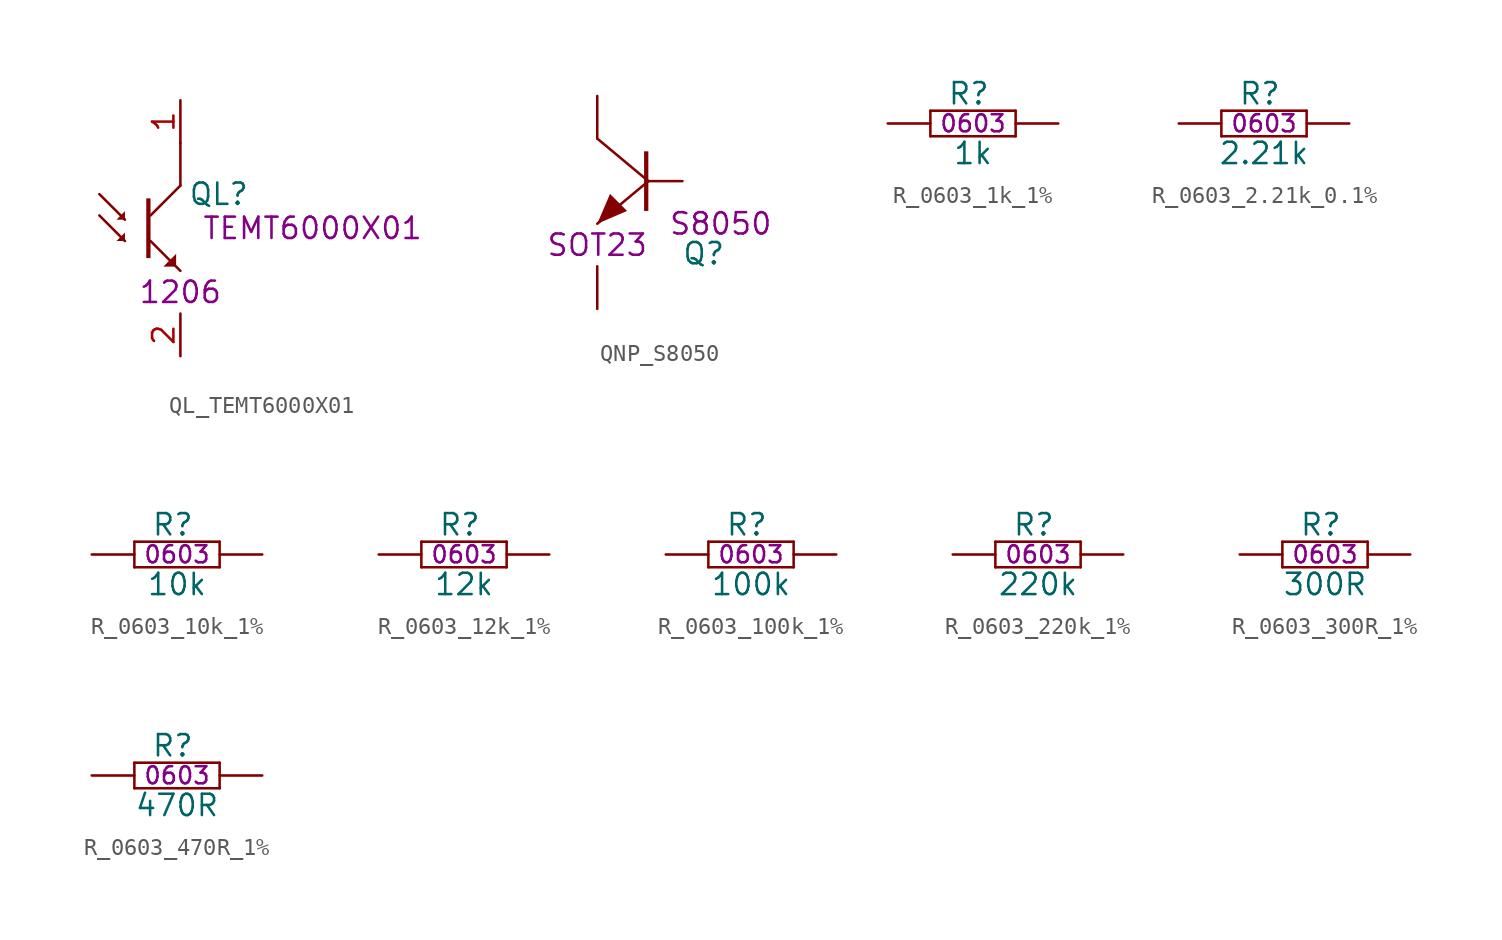
<source format=kicad_sym>
(kicad_symbol_lib
  (version 20241209)
  (generator "kicad_symbol_editor")
  (generator_version "9.0")
  (symbol "QL_TEMT6000X01"
    (pin_names
      (hide yes))
    (property "Reference" "QL"
      (at 2.286 -5.588 0)
      (effects (font (size 1.27 1.27))))
    (property "Value" ""
      (at 0 0 0)
      (effects (font (size 1.27 1.27))))
    (property "Manufacturer Part Number" "TEMT6000X01"
      (at 7.874 -7.62 0)
      (effects (font (size 1.27 1.27))))
    (property "SCH_FOOTPRINT" "1206"
      (at 0 -11.43 0)
      (effects (font (size 1.27 1.27))))
    (symbol "QL_TEMT6000X01_1_0"
      (polyline (pts (xy -3.302 -6.604) (xy -3.302 -7.112) (xy -3.81 -7.112) (xy -3.302 -6.604)) (stroke (width -0.0001) (type solid)) (fill (type outline)))
      (polyline (pts (xy -3.302 -7.112) (xy -4.826 -5.588)) (stroke (width 0) (type solid)) (fill (type none)))
      (polyline (pts (xy -3.302 -7.874) (xy -3.302 -8.382) (xy -3.81 -8.382) (xy -3.302 -7.874)) (stroke (width -0.0001) (type solid)) (fill (type outline)))
      (polyline (pts (xy -3.302 -8.382) (xy -4.826 -6.858)) (stroke (width 0) (type solid)) (fill (type none)))
      (polyline (pts (xy -1.778 -5.842) (xy -2.032 -5.842) (xy -2.032 -9.398) (xy -1.778 -9.398) (xy -1.778 -5.842)) (stroke (width -0.0001) (type solid)) (fill (type outline)))
      (polyline (pts (xy -1.778 -6.858) (xy 0 -5.08)) (stroke (width 0) (type solid)) (fill (type none)))
      (polyline (pts (xy -1.778 -8.382) (xy 0 -10.16)) (stroke (width 0) (type solid)) (fill (type none)))
      (polyline (pts (xy -0.254 -9.144) (xy -0.254 -9.906) (xy -1.016 -9.906) (xy -0.254 -9.144)) (stroke (width -0.0001) (type solid)) (fill (type outline)))
      (polyline (pts (xy 0 -2.54) (xy 0 -5.08)) (stroke (width 0) (type solid)) (fill (type none)))
      (pin passive line (at 0 0 270) (length 2.54) (name "" (effects (font (size 1.27 1.27)))) (number "1" (effects (font (size 1.27 1.27)))))
      (pin passive line (at 0 -15.24 90) (length 2.54) (name "" (effects (font (size 1.27 1.27)))) (number "2" (effects (font (size 1.27 1.27)))))))
  (symbol "QNP_S8050"
    (pin_numbers
      (hide yes))
    (pin_names
      (hide yes))
    (property "Reference" "Q"
      (at 1.27 -4.318 0)
      (effects (font (size 1.27 1.27))))
    (property "Value" ""
      (at 0 0 0)
      (effects (font (size 1.27 1.27))))
    (property "Manufacturer Part Number" "S8050"
      (at 2.286 -2.54 0)
      (effects (font (size 1.27 1.27))))
    (property "SCH_FOOTPRINT" "SOT23"
      (at -5.08 -3.81 0)
      (effects (font (size 1.27 1.27))))
    (symbol "QNP_S8050_1_0"
      (polyline (pts (xy -5.08 2.54) (xy -2.032 0)) (stroke (width 0) (type solid)) (fill (type none)))
      (polyline (pts (xy -4.318 -0.762) (xy -3.302 -1.778) (xy -5.08 -2.54) (xy -4.318 -0.762)) (stroke (width -0.0001) (type solid)) (fill (type outline)))
      (polyline (pts (xy -2.032 0) (xy -5.08 -2.54)) (stroke (width 0) (type solid)) (fill (type none)))
      (polyline (pts (xy -2.032 -1.778) (xy -2.286 -1.778) (xy -2.286 1.778) (xy -2.032 1.778) (xy -2.032 -1.778)) (stroke (width -0.0001) (type solid)) (fill (type outline)))
      (pin passive line (at -5.08 5.08 270) (length 2.54) (name "C" (effects (font (size 1.27 1.27)))) (number "C" (effects (font (size 1.27 1.27)))))
      (pin passive line (at -5.08 -7.62 90) (length 2.54) (name "E" (effects (font (size 1.27 1.27)))) (number "E" (effects (font (size 1.27 1.27)))))
      (pin passive line (at 0 0 180) (length 2.032) (name "B" (effects (font (size 1.27 1.27)))) (number "B" (effects (font (size 1.27 1.27)))))))
  (symbol "R_0603_1k_1%"
    (pin_numbers
      (hide yes))
    (pin_names
      (hide yes))
    (property "Reference" "R"
      (at 4.826 1.778 0)
      (effects (font (size 1.27 1.27))))
    (property "Value" "1k"
      (at 5.08 -1.778 0)
      (effects (font (size 1.27 1.27))))
    (property "SCH_FOOTPRINT" "0603"
      (at 5.08 0 0)
      (effects (font (size 1.016 1.016))))
    (symbol "R_0603_1k_1%_1_0"
      (polyline (pts (xy 2.54 0.762) (xy 2.54 -0.762)) (stroke (width 0) (type solid)) (fill (type none)))
      (polyline (pts (xy 2.54 0.762) (xy 7.62 0.762)) (stroke (width 0) (type solid)) (fill (type none)))
      (polyline (pts (xy 2.54 -0.762) (xy 7.62 -0.762)) (stroke (width 0) (type solid)) (fill (type none)))
      (polyline (pts (xy 7.62 0.762) (xy 7.62 -0.762)) (stroke (width 0) (type solid)) (fill (type none)))
      (pin passive line (at 0 0 0) (length 2.54) (name "1" (effects (font (size 1.27 1.27)))) (number "1" (effects (font (size 1.27 1.27)))))
      (pin passive line (at 10.16 0 180) (length 2.54) (name "2" (effects (font (size 1.27 1.27)))) (number "2" (effects (font (size 1.27 1.27)))))))
  (symbol "R_0603_2.21k_0.1%"
    (pin_numbers
      (hide yes))
    (pin_names
      (hide yes))
    (property "Reference" "R"
      (at 4.826 1.778 0)
      (effects (font (size 1.27 1.27))))
    (property "Value" "2.21k"
      (at 5.08 -1.778 0)
      (effects (font (size 1.27 1.27))))
    (property "SCH_FOOTPRINT" "0603"
      (at 5.08 0 0)
      (effects (font (size 1.016 1.016))))
    (symbol "R_0603_2.21k_0.1%_1_0"
      (polyline (pts (xy 2.54 0.762) (xy 2.54 -0.762)) (stroke (width 0) (type solid)) (fill (type none)))
      (polyline (pts (xy 2.54 0.762) (xy 7.62 0.762)) (stroke (width 0) (type solid)) (fill (type none)))
      (polyline (pts (xy 2.54 -0.762) (xy 7.62 -0.762)) (stroke (width 0) (type solid)) (fill (type none)))
      (polyline (pts (xy 7.62 0.762) (xy 7.62 -0.762)) (stroke (width 0) (type solid)) (fill (type none)))
      (pin passive line (at 0 0 0) (length 2.54) (name "1" (effects (font (size 1.27 1.27)))) (number "1" (effects (font (size 1.27 1.27)))))
      (pin passive line (at 10.16 0 180) (length 2.54) (name "2" (effects (font (size 1.27 1.27)))) (number "2" (effects (font (size 1.27 1.27)))))))
  (symbol "R_0603_10k_1%"
    (pin_numbers
      (hide yes))
    (pin_names
      (hide yes))
    (property "Reference" "R"
      (at 4.826 1.778 0)
      (effects (font (size 1.27 1.27))))
    (property "Value" "10k"
      (at 5.08 -1.778 0)
      (effects (font (size 1.27 1.27))))
    (property "SCH_FOOTPRINT" "0603"
      (at 5.08 0 0)
      (effects (font (size 1.016 1.016))))
    (symbol "R_0603_10k_1%_1_0"
      (polyline (pts (xy 2.54 0.762) (xy 2.54 -0.762)) (stroke (width 0) (type solid)) (fill (type none)))
      (polyline (pts (xy 2.54 0.762) (xy 7.62 0.762)) (stroke (width 0) (type solid)) (fill (type none)))
      (polyline (pts (xy 2.54 -0.762) (xy 7.62 -0.762)) (stroke (width 0) (type solid)) (fill (type none)))
      (polyline (pts (xy 7.62 0.762) (xy 7.62 -0.762)) (stroke (width 0) (type solid)) (fill (type none)))
      (pin passive line (at 0 0 0) (length 2.54) (name "1" (effects (font (size 1.27 1.27)))) (number "1" (effects (font (size 1.27 1.27)))))
      (pin passive line (at 10.16 0 180) (length 2.54) (name "2" (effects (font (size 1.27 1.27)))) (number "2" (effects (font (size 1.27 1.27)))))))
  (symbol "R_0603_12k_1%"
    (pin_numbers
      (hide yes))
    (pin_names
      (hide yes))
    (property "Reference" "R"
      (at 4.826 1.778 0)
      (effects (font (size 1.27 1.27))))
    (property "Value" "12k"
      (at 5.08 -1.778 0)
      (effects (font (size 1.27 1.27))))
    (property "SCH_FOOTPRINT" "0603"
      (at 5.08 0 0)
      (effects (font (size 1.016 1.016))))
    (symbol "R_0603_12k_1%_1_0"
      (polyline (pts (xy 2.54 0.762) (xy 2.54 -0.762)) (stroke (width 0) (type solid)) (fill (type none)))
      (polyline (pts (xy 2.54 0.762) (xy 7.62 0.762)) (stroke (width 0) (type solid)) (fill (type none)))
      (polyline (pts (xy 2.54 -0.762) (xy 7.62 -0.762)) (stroke (width 0) (type solid)) (fill (type none)))
      (polyline (pts (xy 7.62 0.762) (xy 7.62 -0.762)) (stroke (width 0) (type solid)) (fill (type none)))
      (pin passive line (at 0 0 0) (length 2.54) (name "1" (effects (font (size 1.27 1.27)))) (number "1" (effects (font (size 1.27 1.27)))))
      (pin passive line (at 10.16 0 180) (length 2.54) (name "2" (effects (font (size 1.27 1.27)))) (number "2" (effects (font (size 1.27 1.27)))))))
  (symbol "R_0603_100k_1%"
    (pin_numbers
      (hide yes))
    (pin_names
      (hide yes))
    (property "Reference" "R"
      (at 4.826 1.778 0)
      (effects (font (size 1.27 1.27))))
    (property "Value" "100k"
      (at 5.08 -1.778 0)
      (effects (font (size 1.27 1.27))))
    (property "SCH_FOOTPRINT" "0603"
      (at 5.08 0 0)
      (effects (font (size 1.016 1.016))))
    (symbol "R_0603_100k_1%_1_0"
      (polyline (pts (xy 2.54 0.762) (xy 2.54 -0.762)) (stroke (width 0) (type solid)) (fill (type none)))
      (polyline (pts (xy 2.54 0.762) (xy 7.62 0.762)) (stroke (width 0) (type solid)) (fill (type none)))
      (polyline (pts (xy 2.54 -0.762) (xy 7.62 -0.762)) (stroke (width 0) (type solid)) (fill (type none)))
      (polyline (pts (xy 7.62 0.762) (xy 7.62 -0.762)) (stroke (width 0) (type solid)) (fill (type none)))
      (pin passive line (at 0 0 0) (length 2.54) (name "1" (effects (font (size 1.27 1.27)))) (number "1" (effects (font (size 1.27 1.27)))))
      (pin passive line (at 10.16 0 180) (length 2.54) (name "2" (effects (font (size 1.27 1.27)))) (number "2" (effects (font (size 1.27 1.27)))))))
  (symbol "R_0603_220k_1%"
    (pin_numbers
      (hide yes))
    (pin_names
      (hide yes))
    (property "Reference" "R"
      (at 4.826 1.778 0)
      (effects (font (size 1.27 1.27))))
    (property "Value" "220k"
      (at 5.08 -1.778 0)
      (effects (font (size 1.27 1.27))))
    (property "SCH_FOOTPRINT" "0603"
      (at 5.08 0 0)
      (effects (font (size 1.016 1.016))))
    (symbol "R_0603_220k_1%_1_0"
      (polyline (pts (xy 2.54 0.762) (xy 2.54 -0.762)) (stroke (width 0) (type solid)) (fill (type none)))
      (polyline (pts (xy 2.54 0.762) (xy 7.62 0.762)) (stroke (width 0) (type solid)) (fill (type none)))
      (polyline (pts (xy 2.54 -0.762) (xy 7.62 -0.762)) (stroke (width 0) (type solid)) (fill (type none)))
      (polyline (pts (xy 7.62 0.762) (xy 7.62 -0.762)) (stroke (width 0) (type solid)) (fill (type none)))
      (pin passive line (at 0 0 0) (length 2.54) (name "1" (effects (font (size 1.27 1.27)))) (number "1" (effects (font (size 1.27 1.27)))))
      (pin passive line (at 10.16 0 180) (length 2.54) (name "2" (effects (font (size 1.27 1.27)))) (number "2" (effects (font (size 1.27 1.27)))))))
  (symbol "R_0603_300R_1%"
    (pin_numbers
      (hide yes))
    (pin_names
      (hide yes))
    (property "Reference" "R"
      (at 4.826 1.778 0)
      (effects (font (size 1.27 1.27))))
    (property "Value" "300R"
      (at 5.08 -1.778 0)
      (effects (font (size 1.27 1.27))))
    (property "SCH_FOOTPRINT" "0603"
      (at 5.08 0 0)
      (effects (font (size 1.016 1.016))))
    (symbol "R_0603_300R_1%_1_0"
      (polyline (pts (xy 2.54 0.762) (xy 2.54 -0.762)) (stroke (width 0) (type solid)) (fill (type none)))
      (polyline (pts (xy 2.54 0.762) (xy 7.62 0.762)) (stroke (width 0) (type solid)) (fill (type none)))
      (polyline (pts (xy 2.54 -0.762) (xy 7.62 -0.762)) (stroke (width 0) (type solid)) (fill (type none)))
      (polyline (pts (xy 7.62 0.762) (xy 7.62 -0.762)) (stroke (width 0) (type solid)) (fill (type none)))
      (pin passive line (at 0 0 0) (length 2.54) (name "1" (effects (font (size 1.27 1.27)))) (number "1" (effects (font (size 1.27 1.27)))))
      (pin passive line (at 10.16 0 180) (length 2.54) (name "2" (effects (font (size 1.27 1.27)))) (number "2" (effects (font (size 1.27 1.27)))))))
  (symbol "R_0603_470R_1%"
    (pin_numbers
      (hide yes))
    (pin_names
      (hide yes))
    (property "Reference" "R"
      (at 4.826 1.778 0)
      (effects (font (size 1.27 1.27))))
    (property "Value" "470R"
      (at 5.08 -1.778 0)
      (effects (font (size 1.27 1.27))))
    (property "SCH_FOOTPRINT" "0603"
      (at 5.08 0 0)
      (effects (font (size 1.016 1.016))))
    (symbol "R_0603_470R_1%_1_0"
      (polyline (pts (xy 2.54 0.762) (xy 2.54 -0.762)) (stroke (width 0) (type solid)) (fill (type none)))
      (polyline (pts (xy 2.54 0.762) (xy 7.62 0.762)) (stroke (width 0) (type solid)) (fill (type none)))
      (polyline (pts (xy 2.54 -0.762) (xy 7.62 -0.762)) (stroke (width 0) (type solid)) (fill (type none)))
      (polyline (pts (xy 7.62 0.762) (xy 7.62 -0.762)) (stroke (width 0) (type solid)) (fill (type none)))
      (pin passive line (at 0 0 0) (length 2.54) (name "1" (effects (font (size 1.27 1.27)))) (number "1" (effects (font (size 1.27 1.27)))))
      (pin passive line (at 10.16 0 180) (length 2.54) (name "2" (effects (font (size 1.27 1.27)))) (number "2" (effects (font (size 1.27 1.27))))))))
</source>
